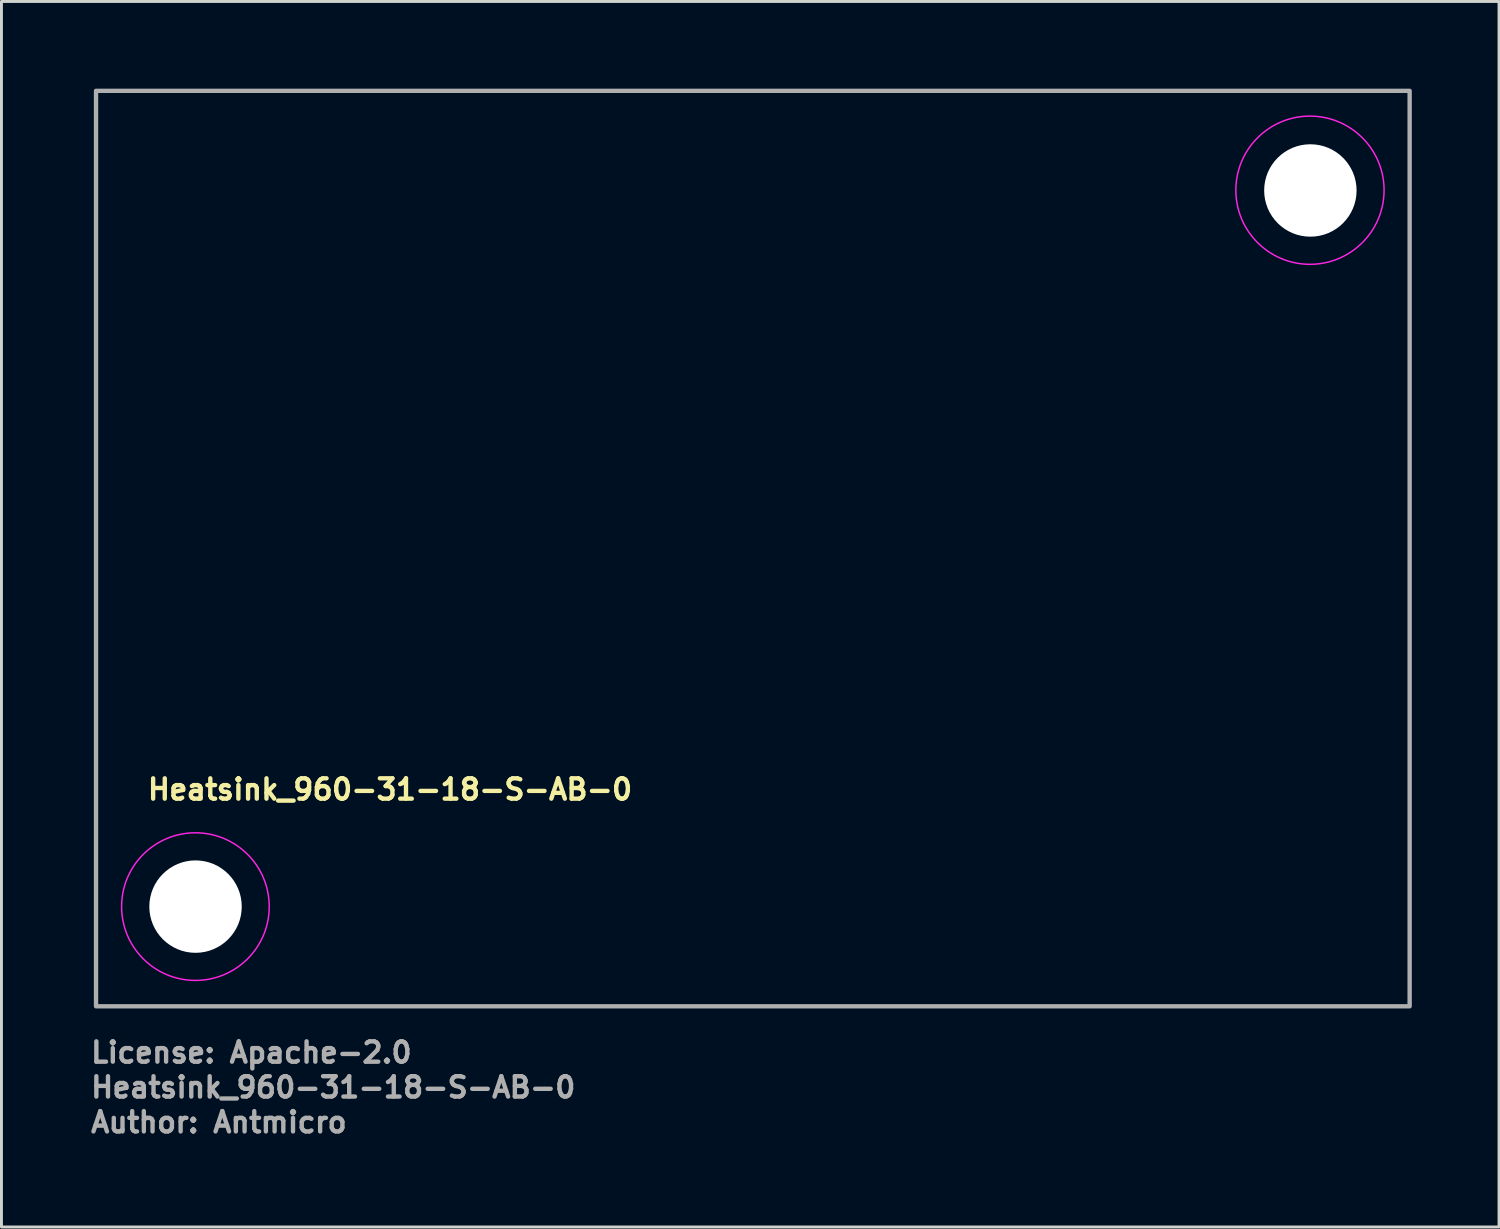
<source format=kicad_pcb>
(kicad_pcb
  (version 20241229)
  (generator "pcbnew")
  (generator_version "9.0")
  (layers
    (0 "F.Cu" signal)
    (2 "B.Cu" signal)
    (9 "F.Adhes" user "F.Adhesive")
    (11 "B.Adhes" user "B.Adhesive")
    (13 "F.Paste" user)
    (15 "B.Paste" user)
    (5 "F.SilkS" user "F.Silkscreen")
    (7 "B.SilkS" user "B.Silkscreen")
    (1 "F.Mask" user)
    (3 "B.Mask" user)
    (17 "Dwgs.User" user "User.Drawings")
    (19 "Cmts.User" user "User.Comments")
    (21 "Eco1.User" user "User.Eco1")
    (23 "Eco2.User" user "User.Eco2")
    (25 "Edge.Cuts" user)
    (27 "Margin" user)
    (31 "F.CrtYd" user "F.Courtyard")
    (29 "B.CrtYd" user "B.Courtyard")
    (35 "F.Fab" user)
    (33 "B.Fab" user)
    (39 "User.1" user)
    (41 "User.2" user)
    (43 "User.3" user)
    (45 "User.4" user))
  (footprint "Heatsink_960-31-18-S-AB-0"
    (layer "F.Cu")
    (at 22.854 15.825)
    (property "Reference" "Heatsink_960-31-18-S-AB-0" (at -20.9 8.699 0) (unlocked yes) (layer "F.SilkS") (effects (font (size 0.7 0.7) (thickness 0.15)) (justify left bottom)))
    (attr exclude_from_bom)
    (fp_circle (center -19.18 12.32) (end -16.64 12.32) (stroke (width 0.05) (type solid)) (fill no) (layer "F.CrtYd"))
    (fp_circle (center 19.17 -12.33) (end 21.72 -12.33) (stroke (width 0.05) (type solid)) (fill no) (layer "F.CrtYd"))
    (fp_rect (start -22.6 -15.75) (end 22.6 15.75) (stroke (width 0.15) (type solid)) (fill no) (layer "F.Fab"))
    (fp_rect (start -22.6 -15.75) (end 22.6 15.75) (stroke (width 0.1) (type solid)) (fill no) (layer "User.5"))
    (fp_line (start -22.604 12.32) (end -22.601 12.15) (stroke (width 0.02) (type solid)) (layer "User.9"))
    (fp_line (start -22.601 12.15) (end -22.589 11.981) (stroke (width 0.02) (type solid)) (layer "User.9"))
    (fp_line (start -22.601 12.49) (end -22.604 12.32) (stroke (width 0.02) (type solid)) (layer "User.9"))
    (fp_line (start -22.589 11.981) (end -22.567 11.813) (stroke (width 0.02) (type solid)) (layer "User.9"))
    (fp_line (start -22.589 12.659) (end -22.601 12.49) (stroke (width 0.02) (type solid)) (layer "User.9"))
    (fp_line (start -22.567 11.813) (end -22.538 11.647) (stroke (width 0.02) (type solid)) (layer "User.9"))
    (fp_line (start -22.567 12.826) (end -22.589 12.659) (stroke (width 0.02) (type solid)) (layer "User.9"))
    (fp_line (start -22.538 11.647) (end -22.502 11.484) (stroke (width 0.02) (type solid)) (layer "User.9"))
    (fp_line (start -22.538 12.993) (end -22.567 12.826) (stroke (width 0.02) (type solid)) (layer "User.9"))
    (fp_line (start -22.502 11.484) (end -22.456 11.323) (stroke (width 0.02) (type solid)) (layer "User.9"))
    (fp_line (start -22.502 13.156) (end -22.538 12.993) (stroke (width 0.02) (type solid)) (layer "User.9"))
    (fp_line (start -22.456 11.323) (end -22.404 11.163) (stroke (width 0.02) (type solid)) (layer "User.9"))
    (fp_line (start -22.456 13.317) (end -22.502 13.156) (stroke (width 0.02) (type solid)) (layer "User.9"))
    (fp_line (start -22.404 11.163) (end -22.343 11.007) (stroke (width 0.02) (type solid)) (layer "User.9"))
    (fp_line (start -22.404 13.477) (end -22.456 13.317) (stroke (width 0.02) (type solid)) (layer "User.9"))
    (fp_line (start -22.343 11.007) (end -22.276 10.855) (stroke (width 0.02) (type solid)) (layer "User.9"))
    (fp_line (start -22.343 13.632) (end -22.404 13.477) (stroke (width 0.02) (type solid)) (layer "User.9"))
    (fp_line (start -22.276 10.855) (end -22.202 10.705) (stroke (width 0.02) (type solid)) (layer "User.9"))
    (fp_line (start -22.276 13.785) (end -22.343 13.632) (stroke (width 0.02) (type solid)) (layer "User.9"))
    (fp_line (start -22.202 10.705) (end -22.118 10.56) (stroke (width 0.02) (type solid)) (layer "User.9"))
    (fp_line (start -22.202 13.935) (end -22.276 13.785) (stroke (width 0.02) (type solid)) (layer "User.9"))
    (fp_line (start -22.118 10.56) (end -22.028 10.417) (stroke (width 0.02) (type solid)) (layer "User.9"))
    (fp_line (start -22.118 14.08) (end -22.202 13.935) (stroke (width 0.02) (type solid)) (layer "User.9"))
    (fp_line (start -22.028 10.417) (end -21.932 10.279) (stroke (width 0.02) (type solid)) (layer "User.9"))
    (fp_line (start -22.028 14.223) (end -22.118 14.08) (stroke (width 0.02) (type solid)) (layer "User.9"))
    (fp_line (start -21.932 10.279) (end -21.828 10.147) (stroke (width 0.02) (type solid)) (layer "User.9"))
    (fp_line (start -21.932 14.361) (end -22.028 14.223) (stroke (width 0.02) (type solid)) (layer "User.9"))
    (fp_line (start -21.875 10.775) (end -19.176 9.271) (stroke (width 0.02) (type solid)) (layer "User.9"))
    (fp_line (start -21.875 13.865) (end -21.875 10.775) (stroke (width 0.02) (type solid)) (layer "User.9"))
    (fp_line (start -21.828 10.147) (end -21.717 10.018) (stroke (width 0.02) (type solid)) (layer "User.9"))
    (fp_line (start -21.828 14.493) (end -21.932 14.361) (stroke (width 0.02) (type solid)) (layer "User.9"))
    (fp_line (start -21.717 10.018) (end -21.601 9.896) (stroke (width 0.02) (type solid)) (layer "User.9"))
    (fp_line (start -21.717 14.621) (end -21.828 14.493) (stroke (width 0.02) (type solid)) (layer "User.9"))
    (fp_line (start -21.601 9.896) (end -21.601 9.896) (stroke (width 0.02) (type solid)) (layer "User.9"))
    (fp_line (start -21.601 9.896) (end -21.477 9.778) (stroke (width 0.02) (type solid)) (layer "User.9"))
    (fp_line (start -21.601 14.744) (end -21.717 14.621) (stroke (width 0.02) (type solid)) (layer "User.9"))
    (fp_line (start -21.601 14.744) (end -21.601 14.744) (stroke (width 0.02) (type solid)) (layer "User.9"))
    (fp_line (start -21.477 9.778) (end -21.349 9.667) (stroke (width 0.02) (type solid)) (layer "User.9"))
    (fp_line (start -21.477 14.861) (end -21.601 14.744) (stroke (width 0.02) (type solid)) (layer "User.9"))
    (fp_line (start -21.349 9.667) (end -21.217 9.563) (stroke (width 0.02) (type solid)) (layer "User.9"))
    (fp_line (start -21.349 14.973) (end -21.477 14.861) (stroke (width 0.02) (type solid)) (layer "User.9"))
    (fp_line (start -21.217 9.563) (end -21.078 9.467) (stroke (width 0.02) (type solid)) (layer "User.9"))
    (fp_line (start -21.217 15.076) (end -21.349 14.973) (stroke (width 0.02) (type solid)) (layer "User.9"))
    (fp_line (start -21.078 9.467) (end -20.936 9.377) (stroke (width 0.02) (type solid)) (layer "User.9"))
    (fp_line (start -21.078 15.172) (end -21.217 15.076) (stroke (width 0.02) (type solid)) (layer "User.9"))
    (fp_line (start -20.936 9.377) (end -20.79 9.294) (stroke (width 0.02) (type solid)) (layer "User.9"))
    (fp_line (start -20.936 15.262) (end -21.078 15.172) (stroke (width 0.02) (type solid)) (layer "User.9"))
    (fp_line (start -20.79 9.294) (end -20.641 9.22) (stroke (width 0.02) (type solid)) (layer "User.9"))
    (fp_line (start -20.79 15.345) (end -20.936 15.262) (stroke (width 0.02) (type solid)) (layer "User.9"))
    (fp_line (start -20.641 9.22) (end -20.488 9.153) (stroke (width 0.02) (type solid)) (layer "User.9"))
    (fp_line (start -20.641 15.42) (end -20.79 15.345) (stroke (width 0.02) (type solid)) (layer "User.9"))
    (fp_line (start -20.488 9.153) (end -20.333 9.092) (stroke (width 0.02) (type solid)) (layer "User.9"))
    (fp_line (start -20.488 15.487) (end -20.641 15.42) (stroke (width 0.02) (type solid)) (layer "User.9"))
    (fp_line (start -20.333 9.092) (end -20.173 9.039) (stroke (width 0.02) (type solid)) (layer "User.9"))
    (fp_line (start -20.333 15.548) (end -20.488 15.487) (stroke (width 0.02) (type solid)) (layer "User.9"))
    (fp_line (start -20.173 9.039) (end -20.011 8.994) (stroke (width 0.02) (type solid)) (layer "User.9"))
    (fp_line (start -20.173 15.601) (end -20.333 15.548) (stroke (width 0.02) (type solid)) (layer "User.9"))
    (fp_line (start -20.011 8.994) (end -19.848 8.957) (stroke (width 0.02) (type solid)) (layer "User.9"))
    (fp_line (start -20.011 15.646) (end -20.173 15.601) (stroke (width 0.02) (type solid)) (layer "User.9"))
    (fp_line (start -19.848 8.957) (end -19.682 8.929) (stroke (width 0.02) (type solid)) (layer "User.9"))
    (fp_line (start -19.848 15.682) (end -20.011 15.646) (stroke (width 0.02) (type solid)) (layer "User.9"))
    (fp_line (start -19.682 8.929) (end -19.514 8.907) (stroke (width 0.02) (type solid)) (layer "User.9"))
    (fp_line (start -19.682 15.711) (end -19.848 15.682) (stroke (width 0.02) (type solid)) (layer "User.9"))
    (fp_line (start -19.514 8.907) (end -19.346 8.896) (stroke (width 0.02) (type solid)) (layer "User.9"))
    (fp_line (start -19.514 15.733) (end -19.682 15.711) (stroke (width 0.02) (type solid)) (layer "User.9"))
    (fp_line (start -19.346 8.896) (end -19.176 8.89) (stroke (width 0.02) (type solid)) (layer "User.9"))
    (fp_line (start -19.346 15.744) (end -19.514 15.733) (stroke (width 0.02) (type solid)) (layer "User.9"))
    (fp_line (start -19.176 8.89) (end -18 8.89) (stroke (width 0.02) (type solid)) (layer "User.9"))
    (fp_line (start -19.176 9.271) (end -16.476 10.775) (stroke (width 0.02) (type solid)) (layer "User.9"))
    (fp_line (start -19.176 15.371) (end -21.875 13.865) (stroke (width 0.02) (type solid)) (layer "User.9"))
    (fp_line (start -19.176 15.749) (end -19.346 15.744) (stroke (width 0.02) (type solid)) (layer "User.9"))
    (fp_line (start -18 8.89) (end -17.901 8.888) (stroke (width 0.02) (type solid)) (layer "User.9"))
    (fp_line (start -17.901 8.888) (end -17.804 8.881) (stroke (width 0.02) (type solid)) (layer "User.9"))
    (fp_line (start -17.804 8.881) (end -17.705 8.869) (stroke (width 0.02) (type solid)) (layer "User.9"))
    (fp_line (start -17.705 8.869) (end -17.609 8.852) (stroke (width 0.02) (type solid)) (layer "User.9"))
    (fp_line (start -17.609 8.852) (end -17.514 8.83) (stroke (width 0.02) (type solid)) (layer "User.9"))
    (fp_line (start -17.514 8.83) (end -17.42 8.804) (stroke (width 0.02) (type solid)) (layer "User.9"))
    (fp_line (start -17.42 8.804) (end -17.327 8.773) (stroke (width 0.02) (type solid)) (layer "User.9"))
    (fp_line (start -17.327 8.773) (end -17.235 8.739) (stroke (width 0.02) (type solid)) (layer "User.9"))
    (fp_line (start -17.235 8.739) (end -17.147 8.699) (stroke (width 0.02) (type solid)) (layer "User.9"))
    (fp_line (start -17.147 8.699) (end -17.06 8.656) (stroke (width 0.02) (type solid)) (layer "User.9"))
    (fp_line (start -17.06 8.656) (end -16.974 8.608) (stroke (width 0.02) (type solid)) (layer "User.9"))
    (fp_line (start -16.974 8.608) (end -16.891 8.554) (stroke (width 0.02) (type solid)) (layer "User.9"))
    (fp_line (start -16.891 8.554) (end -16.811 8.499) (stroke (width 0.02) (type solid)) (layer "User.9"))
    (fp_line (start -16.811 8.499) (end -16.734 8.438) (stroke (width 0.02) (type solid)) (layer "User.9"))
    (fp_line (start -16.734 8.438) (end -16.659 8.374) (stroke (width 0.02) (type solid)) (layer "User.9"))
    (fp_line (start -16.659 8.374) (end -16.586 8.305) (stroke (width 0.02) (type solid)) (layer "User.9"))
    (fp_line (start -16.586 8.305) (end -16.586 8.305) (stroke (width 0.02) (type solid)) (layer "User.9"))
    (fp_line (start -16.586 8.305) (end -16.519 8.233) (stroke (width 0.02) (type solid)) (layer "User.9"))
    (fp_line (start -16.519 8.233) (end -16.453 8.159) (stroke (width 0.02) (type solid)) (layer "User.9"))
    (fp_line (start -16.476 10.775) (end -16.476 13.865) (stroke (width 0.02) (type solid)) (layer "User.9"))
    (fp_line (start -16.476 13.865) (end -19.176 15.371) (stroke (width 0.02) (type solid)) (layer "User.9"))
    (fp_line (start -16.453 8.159) (end -16.394 8.08) (stroke (width 0.02) (type solid)) (layer "User.9"))
    (fp_line (start -16.394 8.08) (end -16.337 8) (stroke (width 0.02) (type solid)) (layer "User.9"))
    (fp_line (start -16.337 8) (end -16.284 7.917) (stroke (width 0.02) (type solid)) (layer "User.9"))
    (fp_line (start -16.284 7.917) (end -16.237 7.833) (stroke (width 0.02) (type solid)) (layer "User.9"))
    (fp_line (start -16.237 7.833) (end -16.192 7.746) (stroke (width 0.02) (type solid)) (layer "User.9"))
    (fp_line (start -16.192 7.746) (end -16.153 7.656) (stroke (width 0.02) (type solid)) (layer "User.9"))
    (fp_line (start -16.153 7.656) (end -16.118 7.565) (stroke (width 0.02) (type solid)) (layer "User.9"))
    (fp_line (start -16.118 7.565) (end -16.087 7.472) (stroke (width 0.02) (type solid)) (layer "User.9"))
    (fp_line (start -16.087 7.472) (end -16.061 7.378) (stroke (width 0.02) (type solid)) (layer "User.9"))
    (fp_line (start -16.061 7.378) (end -16.04 7.283) (stroke (width 0.02) (type solid)) (layer "User.9"))
    (fp_line (start -16.04 7.283) (end -16.022 7.187) (stroke (width 0.02) (type solid)) (layer "User.9"))
    (fp_line (start -16.022 7.187) (end -16.011 7.089) (stroke (width 0.02) (type solid)) (layer "User.9"))
    (fp_line (start -16.011 7.089) (end -16.003 6.99) (stroke (width 0.02) (type solid)) (layer "User.9"))
    (fp_line (start -16.003 6.99) (end -16 6.892) (stroke (width 0.02) (type solid)) (layer "User.9"))
    (fp_line (start -16 6.892) (end -16 -15.75) (stroke (width 0.02) (type solid)) (layer "User.9"))
    (fp_line (start -15.5 -13.2) (end -15.5 -15.5) (stroke (width 0.02) (type solid)) (layer "User.9"))
    (fp_line (start -15.5 -13.2) (end -14.25 -13.2) (stroke (width 0.02) (type solid)) (layer "User.9"))
    (fp_line (start -15.5 -9.1) (end -15.5 -11.401) (stroke (width 0.02) (type solid)) (layer "User.9"))
    (fp_line (start -15.5 -9.1) (end -14.25 -9.1) (stroke (width 0.02) (type solid)) (layer "User.9"))
    (fp_line (start -15.5 -5) (end -15.5 -7.3) (stroke (width 0.02) (type solid)) (layer "User.9"))
    (fp_line (start -15.5 -5) (end -14.25 -5) (stroke (width 0.02) (type solid)) (layer "User.9"))
    (fp_line (start -15.5 -0.902) (end -15.5 -3.202) (stroke (width 0.02) (type solid)) (layer "User.9"))
    (fp_line (start -15.5 -0.902) (end -14.25 -0.902) (stroke (width 0.02) (type solid)) (layer "User.9"))
    (fp_line (start -15.5 3.2) (end -15.5 0.9) (stroke (width 0.02) (type solid)) (layer "User.9"))
    (fp_line (start -15.5 3.2) (end -14.25 3.2) (stroke (width 0.02) (type solid)) (layer "User.9"))
    (fp_line (start -15.5 7.299) (end -15.5 4.998) (stroke (width 0.02) (type solid)) (layer "User.9"))
    (fp_line (start -15.5 7.299) (end -14.25 7.299) (stroke (width 0.02) (type solid)) (layer "User.9"))
    (fp_line (start -15.5 11.4) (end -15.5 9.099) (stroke (width 0.02) (type solid)) (layer "User.9"))
    (fp_line (start -15.5 11.4) (end -14.25 11.4) (stroke (width 0.02) (type solid)) (layer "User.9"))
    (fp_line (start -15.5 15.499) (end -15.5 13.198) (stroke (width 0.02) (type solid)) (layer "User.9"))
    (fp_line (start -15.5 15.499) (end -14.25 15.499) (stroke (width 0.02) (type solid)) (layer "User.9"))
    (fp_line (start -14.25 -15.5) (end -15.5 -15.5) (stroke (width 0.02) (type solid)) (layer "User.9"))
    (fp_line (start -14.25 -13.2) (end -14.25 -15.5) (stroke (width 0.02) (type solid)) (layer "User.9"))
    (fp_line (start -14.25 -11.401) (end -15.5 -11.401) (stroke (width 0.02) (type solid)) (layer "User.9"))
    (fp_line (start -14.25 -9.1) (end -14.25 -11.401) (stroke (width 0.02) (type solid)) (layer "User.9"))
    (fp_line (start -14.25 -7.3) (end -15.5 -7.3) (stroke (width 0.02) (type solid)) (layer "User.9"))
    (fp_line (start -14.25 -5) (end -14.25 -7.3) (stroke (width 0.02) (type solid)) (layer "User.9"))
    (fp_line (start -14.25 -3.202) (end -15.5 -3.202) (stroke (width 0.02) (type solid)) (layer "User.9"))
    (fp_line (start -14.25 -0.902) (end -14.25 -3.202) (stroke (width 0.02) (type solid)) (layer "User.9"))
    (fp_line (start -14.25 0.9) (end -15.5 0.9) (stroke (width 0.02) (type solid)) (layer "User.9"))
    (fp_line (start -14.25 3.2) (end -14.25 0.9) (stroke (width 0.02) (type solid)) (layer "User.9"))
    (fp_line (start -14.25 4.998) (end -15.5 4.998) (stroke (width 0.02) (type solid)) (layer "User.9"))
    (fp_line (start -14.25 7.299) (end -14.25 4.998) (stroke (width 0.02) (type solid)) (layer "User.9"))
    (fp_line (start -14.25 9.099) (end -15.5 9.099) (stroke (width 0.02) (type solid)) (layer "User.9"))
    (fp_line (start -14.25 11.4) (end -14.25 9.099) (stroke (width 0.02) (type solid)) (layer "User.9"))
    (fp_line (start -14.25 13.198) (end -15.5 13.198) (stroke (width 0.02) (type solid)) (layer "User.9"))
    (fp_line (start -14.25 15.499) (end -14.25 13.198) (stroke (width 0.02) (type solid)) (layer "User.9"))
    (fp_line (start -12.196 -13.2) (end -12.196 -15.5) (stroke (width 0.02) (type solid)) (layer "User.9"))
    (fp_line (start -12.196 -13.2) (end -10.946 -13.2) (stroke (width 0.02) (type solid)) (layer "User.9"))
    (fp_line (start -12.196 -9.1) (end -12.196 -11.401) (stroke (width 0.02) (type solid)) (layer "User.9"))
    (fp_line (start -12.196 -9.1) (end -10.946 -9.1) (stroke (width 0.02) (type solid)) (layer "User.9"))
    (fp_line (start -12.196 -5) (end -12.196 -7.3) (stroke (width 0.02) (type solid)) (layer "User.9"))
    (fp_line (start -12.196 -5) (end -10.946 -5) (stroke (width 0.02) (type solid)) (layer "User.9"))
    (fp_line (start -12.196 -0.902) (end -12.196 -3.202) (stroke (width 0.02) (type solid)) (layer "User.9"))
    (fp_line (start -12.196 -0.902) (end -10.946 -0.902) (stroke (width 0.02) (type solid)) (layer "User.9"))
    (fp_line (start -12.196 3.2) (end -12.196 0.9) (stroke (width 0.02) (type solid)) (layer "User.9"))
    (fp_line (start -12.196 3.2) (end -10.946 3.2) (stroke (width 0.02) (type solid)) (layer "User.9"))
    (fp_line (start -12.196 7.299) (end -12.196 4.998) (stroke (width 0.02) (type solid)) (layer "User.9"))
    (fp_line (start -12.196 7.299) (end -10.946 7.299) (stroke (width 0.02) (type solid)) (layer "User.9"))
    (fp_line (start -12.196 11.4) (end -12.196 9.099) (stroke (width 0.02) (type solid)) (layer "User.9"))
    (fp_line (start -12.196 11.4) (end -10.946 11.4) (stroke (width 0.02) (type solid)) (layer "User.9"))
    (fp_line (start -12.196 15.499) (end -12.196 13.198) (stroke (width 0.02) (type solid)) (layer "User.9"))
    (fp_line (start -12.196 15.499) (end -10.946 15.499) (stroke (width 0.02) (type solid)) (layer "User.9"))
    (fp_line (start -10.946 -15.5) (end -12.196 -15.5) (stroke (width 0.02) (type solid)) (layer "User.9"))
    (fp_line (start -10.946 -13.2) (end -10.946 -15.5) (stroke (width 0.02) (type solid)) (layer "User.9"))
    (fp_line (start -10.946 -11.401) (end -12.196 -11.401) (stroke (width 0.02) (type solid)) (layer "User.9"))
    (fp_line (start -10.946 -9.1) (end -10.946 -11.401) (stroke (width 0.02) (type solid)) (layer "User.9"))
    (fp_line (start -10.946 -7.3) (end -12.196 -7.3) (stroke (width 0.02) (type solid)) (layer "User.9"))
    (fp_line (start -10.946 -5) (end -10.946 -7.3) (stroke (width 0.02) (type solid)) (layer "User.9"))
    (fp_line (start -10.946 -3.202) (end -12.196 -3.202) (stroke (width 0.02) (type solid)) (layer "User.9"))
    (fp_line (start -10.946 -0.902) (end -10.946 -3.202) (stroke (width 0.02) (type solid)) (layer "User.9"))
    (fp_line (start -10.946 0.9) (end -12.196 0.9) (stroke (width 0.02) (type solid)) (layer "User.9"))
    (fp_line (start -10.946 3.2) (end -10.946 0.9) (stroke (width 0.02) (type solid)) (layer "User.9"))
    (fp_line (start -10.946 4.998) (end -12.196 4.998) (stroke (width 0.02) (type solid)) (layer "User.9"))
    (fp_line (start -10.946 7.299) (end -10.946 4.998) (stroke (width 0.02) (type solid)) (layer "User.9"))
    (fp_line (start -10.946 9.099) (end -12.196 9.099) (stroke (width 0.02) (type solid)) (layer "User.9"))
    (fp_line (start -10.946 11.4) (end -10.946 9.099) (stroke (width 0.02) (type solid)) (layer "User.9"))
    (fp_line (start -10.946 13.198) (end -12.196 13.198) (stroke (width 0.02) (type solid)) (layer "User.9"))
    (fp_line (start -10.946 15.499) (end -10.946 13.198) (stroke (width 0.02) (type solid)) (layer "User.9"))
    (fp_line (start -8.889 -13.2) (end -8.889 -15.5) (stroke (width 0.02) (type solid)) (layer "User.9"))
    (fp_line (start -8.889 -13.2) (end -7.64 -13.2) (stroke (width 0.02) (type solid)) (layer "User.9"))
    (fp_line (start -8.889 -9.1) (end -8.889 -11.401) (stroke (width 0.02) (type solid)) (layer "User.9"))
    (fp_line (start -8.889 -9.1) (end -7.64 -9.1) (stroke (width 0.02) (type solid)) (layer "User.9"))
    (fp_line (start -8.889 -5) (end -8.889 -7.3) (stroke (width 0.02) (type solid)) (layer "User.9"))
    (fp_line (start -8.889 -5) (end -7.64 -5) (stroke (width 0.02) (type solid)) (layer "User.9"))
    (fp_line (start -8.889 -0.902) (end -8.889 -3.202) (stroke (width 0.02) (type solid)) (layer "User.9"))
    (fp_line (start -8.889 -0.902) (end -7.64 -0.902) (stroke (width 0.02) (type solid)) (layer "User.9"))
    (fp_line (start -8.889 3.2) (end -8.889 0.9) (stroke (width 0.02) (type solid)) (layer "User.9"))
    (fp_line (start -8.889 3.2) (end -7.64 3.2) (stroke (width 0.02) (type solid)) (layer "User.9"))
    (fp_line (start -8.889 7.299) (end -8.889 4.998) (stroke (width 0.02) (type solid)) (layer "User.9"))
    (fp_line (start -8.889 7.299) (end -7.64 7.299) (stroke (width 0.02) (type solid)) (layer "User.9"))
    (fp_line (start -8.889 11.4) (end -8.889 9.099) (stroke (width 0.02) (type solid)) (layer "User.9"))
    (fp_line (start -8.889 11.4) (end -7.64 11.4) (stroke (width 0.02) (type solid)) (layer "User.9"))
    (fp_line (start -8.889 15.499) (end -8.889 13.198) (stroke (width 0.02) (type solid)) (layer "User.9"))
    (fp_line (start -8.889 15.499) (end -7.64 15.499) (stroke (width 0.02) (type solid)) (layer "User.9"))
    (fp_line (start -7.64 -15.5) (end -8.889 -15.5) (stroke (width 0.02) (type solid)) (layer "User.9"))
    (fp_line (start -7.64 -13.2) (end -7.64 -15.5) (stroke (width 0.02) (type solid)) (layer "User.9"))
    (fp_line (start -7.64 -11.401) (end -8.889 -11.401) (stroke (width 0.02) (type solid)) (layer "User.9"))
    (fp_line (start -7.64 -9.1) (end -7.64 -11.401) (stroke (width 0.02) (type solid)) (layer "User.9"))
    (fp_line (start -7.64 -7.3) (end -8.889 -7.3) (stroke (width 0.02) (type solid)) (layer "User.9"))
    (fp_line (start -7.64 -5) (end -7.64 -7.3) (stroke (width 0.02) (type solid)) (layer "User.9"))
    (fp_line (start -7.64 -3.202) (end -8.889 -3.202) (stroke (width 0.02) (type solid)) (layer "User.9"))
    (fp_line (start -7.64 -0.902) (end -7.64 -3.202) (stroke (width 0.02) (type solid)) (layer "User.9"))
    (fp_line (start -7.64 0.9) (end -8.889 0.9) (stroke (width 0.02) (type solid)) (layer "User.9"))
    (fp_line (start -7.64 3.2) (end -7.64 0.9) (stroke (width 0.02) (type solid)) (layer "User.9"))
    (fp_line (start -7.64 4.998) (end -8.889 4.998) (stroke (width 0.02) (type solid)) (layer "User.9"))
    (fp_line (start -7.64 7.299) (end -7.64 4.998) (stroke (width 0.02) (type solid)) (layer "User.9"))
    (fp_line (start -7.64 9.099) (end -8.889 9.099) (stroke (width 0.02) (type solid)) (layer "User.9"))
    (fp_line (start -7.64 11.4) (end -7.64 9.099) (stroke (width 0.02) (type solid)) (layer "User.9"))
    (fp_line (start -7.64 13.198) (end -8.889 13.198) (stroke (width 0.02) (type solid)) (layer "User.9"))
    (fp_line (start -7.64 15.499) (end -7.64 13.198) (stroke (width 0.02) (type solid)) (layer "User.9"))
    (fp_line (start -5.584 -13.2) (end -5.584 -15.5) (stroke (width 0.02) (type solid)) (layer "User.9"))
    (fp_line (start -5.584 -13.2) (end -4.334 -13.2) (stroke (width 0.02) (type solid)) (layer "User.9"))
    (fp_line (start -5.584 -9.1) (end -5.584 -11.401) (stroke (width 0.02) (type solid)) (layer "User.9"))
    (fp_line (start -5.584 -9.1) (end -4.334 -9.1) (stroke (width 0.02) (type solid)) (layer "User.9"))
    (fp_line (start -5.584 -5) (end -5.584 -7.3) (stroke (width 0.02) (type solid)) (layer "User.9"))
    (fp_line (start -5.584 -5) (end -4.334 -5) (stroke (width 0.02) (type solid)) (layer "User.9"))
    (fp_line (start -5.584 -0.902) (end -5.584 -3.202) (stroke (width 0.02) (type solid)) (layer "User.9"))
    (fp_line (start -5.584 -0.902) (end -4.334 -0.902) (stroke (width 0.02) (type solid)) (layer "User.9"))
    (fp_line (start -5.584 3.2) (end -5.584 0.9) (stroke (width 0.02) (type solid)) (layer "User.9"))
    (fp_line (start -5.584 3.2) (end -4.334 3.2) (stroke (width 0.02) (type solid)) (layer "User.9"))
    (fp_line (start -5.584 7.299) (end -5.584 4.998) (stroke (width 0.02) (type solid)) (layer "User.9"))
    (fp_line (start -5.584 7.299) (end -4.334 7.299) (stroke (width 0.02) (type solid)) (layer "User.9"))
    (fp_line (start -5.584 11.4) (end -5.584 9.099) (stroke (width 0.02) (type solid)) (layer "User.9"))
    (fp_line (start -5.584 11.4) (end -4.334 11.4) (stroke (width 0.02) (type solid)) (layer "User.9"))
    (fp_line (start -5.584 15.499) (end -5.584 13.198) (stroke (width 0.02) (type solid)) (layer "User.9"))
    (fp_line (start -5.584 15.499) (end -4.334 15.499) (stroke (width 0.02) (type solid)) (layer "User.9"))
    (fp_line (start -4.334 -15.5) (end -5.584 -15.5) (stroke (width 0.02) (type solid)) (layer "User.9"))
    (fp_line (start -4.334 -13.2) (end -4.334 -15.5) (stroke (width 0.02) (type solid)) (layer "User.9"))
    (fp_line (start -4.334 -11.401) (end -5.584 -11.401) (stroke (width 0.02) (type solid)) (layer "User.9"))
    (fp_line (start -4.334 -9.1) (end -4.334 -11.401) (stroke (width 0.02) (type solid)) (layer "User.9"))
    (fp_line (start -4.334 -7.3) (end -5.584 -7.3) (stroke (width 0.02) (type solid)) (layer "User.9"))
    (fp_line (start -4.334 -5) (end -4.334 -7.3) (stroke (width 0.02) (type solid)) (layer "User.9"))
    (fp_line (start -4.334 -3.202) (end -5.584 -3.202) (stroke (width 0.02) (type solid)) (layer "User.9"))
    (fp_line (start -4.334 -0.902) (end -4.334 -3.202) (stroke (width 0.02) (type solid)) (layer "User.9"))
    (fp_line (start -4.334 0.9) (end -5.584 0.9) (stroke (width 0.02) (type solid)) (layer "User.9"))
    (fp_line (start -4.334 3.2) (end -4.334 0.9) (stroke (width 0.02) (type solid)) (layer "User.9"))
    (fp_line (start -4.334 4.998) (end -5.584 4.998) (stroke (width 0.02) (type solid)) (layer "User.9"))
    (fp_line (start -4.334 7.299) (end -4.334 4.998) (stroke (width 0.02) (type solid)) (layer "User.9"))
    (fp_line (start -4.334 9.099) (end -5.584 9.099) (stroke (width 0.02) (type solid)) (layer "User.9"))
    (fp_line (start -4.334 11.4) (end -4.334 9.099) (stroke (width 0.02) (type solid)) (layer "User.9"))
    (fp_line (start -4.334 13.198) (end -5.584 13.198) (stroke (width 0.02) (type solid)) (layer "User.9"))
    (fp_line (start -4.334 15.499) (end -4.334 13.198) (stroke (width 0.02) (type solid)) (layer "User.9"))
    (fp_line (start -2.278 -13.2) (end -2.278 -15.5) (stroke (width 0.02) (type solid)) (layer "User.9"))
    (fp_line (start -2.278 -13.2) (end -1.028 -13.2) (stroke (width 0.02) (type solid)) (layer "User.9"))
    (fp_line (start -2.278 -9.1) (end -2.278 -11.401) (stroke (width 0.02) (type solid)) (layer "User.9"))
    (fp_line (start -2.278 -9.1) (end -1.028 -9.1) (stroke (width 0.02) (type solid)) (layer "User.9"))
    (fp_line (start -2.278 -5) (end -2.278 -7.3) (stroke (width 0.02) (type solid)) (layer "User.9"))
    (fp_line (start -2.278 -5) (end -1.028 -5) (stroke (width 0.02) (type solid)) (layer "User.9"))
    (fp_line (start -2.278 -0.902) (end -2.278 -3.202) (stroke (width 0.02) (type solid)) (layer "User.9"))
    (fp_line (start -2.278 -0.902) (end -1.028 -0.902) (stroke (width 0.02) (type solid)) (layer "User.9"))
    (fp_line (start -2.278 3.2) (end -2.278 0.9) (stroke (width 0.02) (type solid)) (layer "User.9"))
    (fp_line (start -2.278 3.2) (end -1.028 3.2) (stroke (width 0.02) (type solid)) (layer "User.9"))
    (fp_line (start -2.278 7.299) (end -2.278 4.998) (stroke (width 0.02) (type solid)) (layer "User.9"))
    (fp_line (start -2.278 7.299) (end -1.028 7.299) (stroke (width 0.02) (type solid)) (layer "User.9"))
    (fp_line (start -2.278 11.4) (end -2.278 9.099) (stroke (width 0.02) (type solid)) (layer "User.9"))
    (fp_line (start -2.278 11.4) (end -1.028 11.4) (stroke (width 0.02) (type solid)) (layer "User.9"))
    (fp_line (start -2.278 15.499) (end -2.278 13.198) (stroke (width 0.02) (type solid)) (layer "User.9"))
    (fp_line (start -2.278 15.499) (end -1.028 15.499) (stroke (width 0.02) (type solid)) (layer "User.9"))
    (fp_line (start -1.028 -15.5) (end -2.278 -15.5) (stroke (width 0.02) (type solid)) (layer "User.9"))
    (fp_line (start -1.028 -13.2) (end -1.028 -15.5) (stroke (width 0.02) (type solid)) (layer "User.9"))
    (fp_line (start -1.028 -11.401) (end -2.278 -11.401) (stroke (width 0.02) (type solid)) (layer "User.9"))
    (fp_line (start -1.028 -9.1) (end -1.028 -11.401) (stroke (width 0.02) (type solid)) (layer "User.9"))
    (fp_line (start -1.028 -7.3) (end -2.278 -7.3) (stroke (width 0.02) (type solid)) (layer "User.9"))
    (fp_line (start -1.028 -5) (end -1.028 -7.3) (stroke (width 0.02) (type solid)) (layer "User.9"))
    (fp_line (start -1.028 -3.202) (end -2.278 -3.202) (stroke (width 0.02) (type solid)) (layer "User.9"))
    (fp_line (start -1.028 -0.902) (end -1.028 -3.202) (stroke (width 0.02) (type solid)) (layer "User.9"))
    (fp_line (start -1.028 0.9) (end -2.278 0.9) (stroke (width 0.02) (type solid)) (layer "User.9"))
    (fp_line (start -1.028 3.2) (end -1.028 0.9) (stroke (width 0.02) (type solid)) (layer "User.9"))
    (fp_line (start -1.028 4.998) (end -2.278 4.998) (stroke (width 0.02) (type solid)) (layer "User.9"))
    (fp_line (start -1.028 7.299) (end -1.028 4.998) (stroke (width 0.02) (type solid)) (layer "User.9"))
    (fp_line (start -1.028 9.099) (end -2.278 9.099) (stroke (width 0.02) (type solid)) (layer "User.9"))
    (fp_line (start -1.028 11.4) (end -1.028 9.099) (stroke (width 0.02) (type solid)) (layer "User.9"))
    (fp_line (start -1.028 13.198) (end -2.278 13.198) (stroke (width 0.02) (type solid)) (layer "User.9"))
    (fp_line (start -1.028 15.499) (end -1.028 13.198) (stroke (width 0.02) (type solid)) (layer "User.9"))
    (fp_line (start 1.027 -13.2) (end 1.027 -15.5) (stroke (width 0.02) (type solid)) (layer "User.9"))
    (fp_line (start 1.027 -13.2) (end 2.277 -13.2) (stroke (width 0.02) (type solid)) (layer "User.9"))
    (fp_line (start 1.027 -9.1) (end 1.027 -11.401) (stroke (width 0.02) (type solid)) (layer "User.9"))
    (fp_line (start 1.027 -9.1) (end 2.277 -9.1) (stroke (width 0.02) (type solid)) (layer "User.9"))
    (fp_line (start 1.027 -5) (end 1.027 -7.3) (stroke (width 0.02) (type solid)) (layer "User.9"))
    (fp_line (start 1.027 -5) (end 2.277 -5) (stroke (width 0.02) (type solid)) (layer "User.9"))
    (fp_line (start 1.027 -0.902) (end 1.027 -3.202) (stroke (width 0.02) (type solid)) (layer "User.9"))
    (fp_line (start 1.027 -0.902) (end 2.277 -0.902) (stroke (width 0.02) (type solid)) (layer "User.9"))
    (fp_line (start 1.027 3.2) (end 1.027 0.9) (stroke (width 0.02) (type solid)) (layer "User.9"))
    (fp_line (start 1.027 3.2) (end 2.277 3.2) (stroke (width 0.02) (type solid)) (layer "User.9"))
    (fp_line (start 1.027 7.299) (end 1.027 4.998) (stroke (width 0.02) (type solid)) (layer "User.9"))
    (fp_line (start 1.027 7.299) (end 2.277 7.299) (stroke (width 0.02) (type solid)) (layer "User.9"))
    (fp_line (start 1.027 11.4) (end 1.027 9.099) (stroke (width 0.02) (type solid)) (layer "User.9"))
    (fp_line (start 1.027 11.4) (end 2.277 11.4) (stroke (width 0.02) (type solid)) (layer "User.9"))
    (fp_line (start 1.027 15.499) (end 1.027 13.198) (stroke (width 0.02) (type solid)) (layer "User.9"))
    (fp_line (start 1.027 15.499) (end 2.277 15.499) (stroke (width 0.02) (type solid)) (layer "User.9"))
    (fp_line (start 2.277 -15.5) (end 1.027 -15.5) (stroke (width 0.02) (type solid)) (layer "User.9"))
    (fp_line (start 2.277 -13.2) (end 2.277 -15.5) (stroke (width 0.02) (type solid)) (layer "User.9"))
    (fp_line (start 2.277 -11.401) (end 1.027 -11.401) (stroke (width 0.02) (type solid)) (layer "User.9"))
    (fp_line (start 2.277 -9.1) (end 2.277 -11.401) (stroke (width 0.02) (type solid)) (layer "User.9"))
    (fp_line (start 2.277 -7.3) (end 1.027 -7.3) (stroke (width 0.02) (type solid)) (layer "User.9"))
    (fp_line (start 2.277 -5) (end 2.277 -7.3) (stroke (width 0.02) (type solid)) (layer "User.9"))
    (fp_line (start 2.277 -3.202) (end 1.027 -3.202) (stroke (width 0.02) (type solid)) (layer "User.9"))
    (fp_line (start 2.277 -0.902) (end 2.277 -3.202) (stroke (width 0.02) (type solid)) (layer "User.9"))
    (fp_line (start 2.277 0.9) (end 1.027 0.9) (stroke (width 0.02) (type solid)) (layer "User.9"))
    (fp_line (start 2.277 3.2) (end 2.277 0.9) (stroke (width 0.02) (type solid)) (layer "User.9"))
    (fp_line (start 2.277 4.998) (end 1.027 4.998) (stroke (width 0.02) (type solid)) (layer "User.9"))
    (fp_line (start 2.277 7.299) (end 2.277 4.998) (stroke (width 0.02) (type solid)) (layer "User.9"))
    (fp_line (start 2.277 9.099) (end 1.027 9.099) (stroke (width 0.02) (type solid)) (layer "User.9"))
    (fp_line (start 2.277 11.4) (end 2.277 9.099) (stroke (width 0.02) (type solid)) (layer "User.9"))
    (fp_line (start 2.277 13.198) (end 1.027 13.198) (stroke (width 0.02) (type solid)) (layer "User.9"))
    (fp_line (start 2.277 15.499) (end 2.277 13.198) (stroke (width 0.02) (type solid)) (layer "User.9"))
    (fp_line (start 4.333 -13.2) (end 4.333 -15.5) (stroke (width 0.02) (type solid)) (layer "User.9"))
    (fp_line (start 4.333 -13.2) (end 5.583 -13.2) (stroke (width 0.02) (type solid)) (layer "User.9"))
    (fp_line (start 4.333 -9.1) (end 4.333 -11.401) (stroke (width 0.02) (type solid)) (layer "User.9"))
    (fp_line (start 4.333 -9.1) (end 5.583 -9.1) (stroke (width 0.02) (type solid)) (layer "User.9"))
    (fp_line (start 4.333 -5) (end 4.333 -7.3) (stroke (width 0.02) (type solid)) (layer "User.9"))
    (fp_line (start 4.333 -5) (end 5.583 -5) (stroke (width 0.02) (type solid)) (layer "User.9"))
    (fp_line (start 4.333 -0.902) (end 4.333 -3.202) (stroke (width 0.02) (type solid)) (layer "User.9"))
    (fp_line (start 4.333 -0.902) (end 5.583 -0.902) (stroke (width 0.02) (type solid)) (layer "User.9"))
    (fp_line (start 4.333 3.2) (end 4.333 0.9) (stroke (width 0.02) (type solid)) (layer "User.9"))
    (fp_line (start 4.333 3.2) (end 5.583 3.2) (stroke (width 0.02) (type solid)) (layer "User.9"))
    (fp_line (start 4.333 7.299) (end 4.333 4.998) (stroke (width 0.02) (type solid)) (layer "User.9"))
    (fp_line (start 4.333 7.299) (end 5.583 7.299) (stroke (width 0.02) (type solid)) (layer "User.9"))
    (fp_line (start 4.333 11.4) (end 4.333 9.099) (stroke (width 0.02) (type solid)) (layer "User.9"))
    (fp_line (start 4.333 11.4) (end 5.583 11.4) (stroke (width 0.02) (type solid)) (layer "User.9"))
    (fp_line (start 4.333 15.499) (end 4.333 13.198) (stroke (width 0.02) (type solid)) (layer "User.9"))
    (fp_line (start 4.333 15.499) (end 5.583 15.499) (stroke (width 0.02) (type solid)) (layer "User.9"))
    (fp_line (start 5.583 -15.5) (end 4.333 -15.5) (stroke (width 0.02) (type solid)) (layer "User.9"))
    (fp_line (start 5.583 -13.2) (end 5.583 -15.5) (stroke (width 0.02) (type solid)) (layer "User.9"))
    (fp_line (start 5.583 -11.401) (end 4.333 -11.401) (stroke (width 0.02) (type solid)) (layer "User.9"))
    (fp_line (start 5.583 -9.1) (end 5.583 -11.401) (stroke (width 0.02) (type solid)) (layer "User.9"))
    (fp_line (start 5.583 -7.3) (end 4.333 -7.3) (stroke (width 0.02) (type solid)) (layer "User.9"))
    (fp_line (start 5.583 -5) (end 5.583 -7.3) (stroke (width 0.02) (type solid)) (layer "User.9"))
    (fp_line (start 5.583 -3.202) (end 4.333 -3.202) (stroke (width 0.02) (type solid)) (layer "User.9"))
    (fp_line (start 5.583 -0.902) (end 5.583 -3.202) (stroke (width 0.02) (type solid)) (layer "User.9"))
    (fp_line (start 5.583 0.9) (end 4.333 0.9) (stroke (width 0.02) (type solid)) (layer "User.9"))
    (fp_line (start 5.583 3.2) (end 5.583 0.9) (stroke (width 0.02) (type solid)) (layer "User.9"))
    (fp_line (start 5.583 4.998) (end 4.333 4.998) (stroke (width 0.02) (type solid)) (layer "User.9"))
    (fp_line (start 5.583 7.299) (end 5.583 4.998) (stroke (width 0.02) (type solid)) (layer "User.9"))
    (fp_line (start 5.583 9.099) (end 4.333 9.099) (stroke (width 0.02) (type solid)) (layer "User.9"))
    (fp_line (start 5.583 11.4) (end 5.583 9.099) (stroke (width 0.02) (type solid)) (layer "User.9"))
    (fp_line (start 5.583 13.198) (end 4.333 13.198) (stroke (width 0.02) (type solid)) (layer "User.9"))
    (fp_line (start 5.583 15.499) (end 5.583 13.198) (stroke (width 0.02) (type solid)) (layer "User.9"))
    (fp_line (start 7.637 -13.2) (end 7.637 -15.5) (stroke (width 0.02) (type solid)) (layer "User.9"))
    (fp_line (start 7.637 -13.2) (end 8.887 -13.2) (stroke (width 0.02) (type solid)) (layer "User.9"))
    (fp_line (start 7.637 -9.1) (end 7.637 -11.401) (stroke (width 0.02) (type solid)) (layer "User.9"))
    (fp_line (start 7.637 -9.1) (end 8.887 -9.1) (stroke (width 0.02) (type solid)) (layer "User.9"))
    (fp_line (start 7.637 -5) (end 7.637 -7.3) (stroke (width 0.02) (type solid)) (layer "User.9"))
    (fp_line (start 7.637 -5) (end 8.887 -5) (stroke (width 0.02) (type solid)) (layer "User.9"))
    (fp_line (start 7.637 -0.902) (end 7.637 -3.202) (stroke (width 0.02) (type solid)) (layer "User.9"))
    (fp_line (start 7.637 -0.902) (end 8.887 -0.902) (stroke (width 0.02) (type solid)) (layer "User.9"))
    (fp_line (start 7.637 3.2) (end 7.637 0.9) (stroke (width 0.02) (type solid)) (layer "User.9"))
    (fp_line (start 7.637 3.2) (end 8.887 3.2) (stroke (width 0.02) (type solid)) (layer "User.9"))
    (fp_line (start 7.637 7.299) (end 7.637 4.998) (stroke (width 0.02) (type solid)) (layer "User.9"))
    (fp_line (start 7.637 7.299) (end 8.887 7.299) (stroke (width 0.02) (type solid)) (layer "User.9"))
    (fp_line (start 7.637 11.4) (end 7.637 9.099) (stroke (width 0.02) (type solid)) (layer "User.9"))
    (fp_line (start 7.637 11.4) (end 8.887 11.4) (stroke (width 0.02) (type solid)) (layer "User.9"))
    (fp_line (start 7.637 15.499) (end 7.637 13.198) (stroke (width 0.02) (type solid)) (layer "User.9"))
    (fp_line (start 7.637 15.499) (end 8.887 15.499) (stroke (width 0.02) (type solid)) (layer "User.9"))
    (fp_line (start 8.887 -15.5) (end 7.637 -15.5) (stroke (width 0.02) (type solid)) (layer "User.9"))
    (fp_line (start 8.887 -13.2) (end 8.887 -15.5) (stroke (width 0.02) (type solid)) (layer "User.9"))
    (fp_line (start 8.887 -11.401) (end 7.637 -11.401) (stroke (width 0.02) (type solid)) (layer "User.9"))
    (fp_line (start 8.887 -9.1) (end 8.887 -11.401) (stroke (width 0.02) (type solid)) (layer "User.9"))
    (fp_line (start 8.887 -7.3) (end 7.637 -7.3) (stroke (width 0.02) (type solid)) (layer "User.9"))
    (fp_line (start 8.887 -5) (end 8.887 -7.3) (stroke (width 0.02) (type solid)) (layer "User.9"))
    (fp_line (start 8.887 -3.202) (end 7.637 -3.202) (stroke (width 0.02) (type solid)) (layer "User.9"))
    (fp_line (start 8.887 -0.902) (end 8.887 -3.202) (stroke (width 0.02) (type solid)) (layer "User.9"))
    (fp_line (start 8.887 0.9) (end 7.637 0.9) (stroke (width 0.02) (type solid)) (layer "User.9"))
    (fp_line (start 8.887 3.2) (end 8.887 0.9) (stroke (width 0.02) (type solid)) (layer "User.9"))
    (fp_line (start 8.887 4.998) (end 7.637 4.998) (stroke (width 0.02) (type solid)) (layer "User.9"))
    (fp_line (start 8.887 7.299) (end 8.887 4.998) (stroke (width 0.02) (type solid)) (layer "User.9"))
    (fp_line (start 8.887 9.099) (end 7.637 9.099) (stroke (width 0.02) (type solid)) (layer "User.9"))
    (fp_line (start 8.887 11.4) (end 8.887 9.099) (stroke (width 0.02) (type solid)) (layer "User.9"))
    (fp_line (start 8.887 13.198) (end 7.637 13.198) (stroke (width 0.02) (type solid)) (layer "User.9"))
    (fp_line (start 8.887 15.499) (end 8.887 13.198) (stroke (width 0.02) (type solid)) (layer "User.9"))
    (fp_line (start 10.944 -13.2) (end 10.944 -15.5) (stroke (width 0.02) (type solid)) (layer "User.9"))
    (fp_line (start 10.944 -13.2) (end 12.194 -13.2) (stroke (width 0.02) (type solid)) (layer "User.9"))
    (fp_line (start 10.944 -9.1) (end 10.944 -11.401) (stroke (width 0.02) (type solid)) (layer "User.9"))
    (fp_line (start 10.944 -9.1) (end 12.194 -9.1) (stroke (width 0.02) (type solid)) (layer "User.9"))
    (fp_line (start 10.944 -5) (end 10.944 -7.3) (stroke (width 0.02) (type solid)) (layer "User.9"))
    (fp_line (start 10.944 -5) (end 12.194 -5) (stroke (width 0.02) (type solid)) (layer "User.9"))
    (fp_line (start 10.944 -0.902) (end 10.944 -3.202) (stroke (width 0.02) (type solid)) (layer "User.9"))
    (fp_line (start 10.944 -0.902) (end 12.194 -0.902) (stroke (width 0.02) (type solid)) (layer "User.9"))
    (fp_line (start 10.944 3.2) (end 10.944 0.9) (stroke (width 0.02) (type solid)) (layer "User.9"))
    (fp_line (start 10.944 3.2) (end 12.194 3.2) (stroke (width 0.02) (type solid)) (layer "User.9"))
    (fp_line (start 10.944 7.299) (end 10.944 4.998) (stroke (width 0.02) (type solid)) (layer "User.9"))
    (fp_line (start 10.944 7.299) (end 12.194 7.299) (stroke (width 0.02) (type solid)) (layer "User.9"))
    (fp_line (start 10.944 11.4) (end 10.944 9.099) (stroke (width 0.02) (type solid)) (layer "User.9"))
    (fp_line (start 10.944 11.4) (end 12.194 11.4) (stroke (width 0.02) (type solid)) (layer "User.9"))
    (fp_line (start 10.944 15.499) (end 10.944 13.198) (stroke (width 0.02) (type solid)) (layer "User.9"))
    (fp_line (start 10.944 15.499) (end 12.194 15.499) (stroke (width 0.02) (type solid)) (layer "User.9"))
    (fp_line (start 12.194 -15.5) (end 10.944 -15.5) (stroke (width 0.02) (type solid)) (layer "User.9"))
    (fp_line (start 12.194 -13.2) (end 12.194 -15.5) (stroke (width 0.02) (type solid)) (layer "User.9"))
    (fp_line (start 12.194 -11.401) (end 10.944 -11.401) (stroke (width 0.02) (type solid)) (layer "User.9"))
    (fp_line (start 12.194 -9.1) (end 12.194 -11.401) (stroke (width 0.02) (type solid)) (layer "User.9"))
    (fp_line (start 12.194 -7.3) (end 10.944 -7.3) (stroke (width 0.02) (type solid)) (layer "User.9"))
    (fp_line (start 12.194 -5) (end 12.194 -7.3) (stroke (width 0.02) (type solid)) (layer "User.9"))
    (fp_line (start 12.194 -3.202) (end 10.944 -3.202) (stroke (width 0.02) (type solid)) (layer "User.9"))
    (fp_line (start 12.194 -0.902) (end 12.194 -3.202) (stroke (width 0.02) (type solid)) (layer "User.9"))
    (fp_line (start 12.194 0.9) (end 10.944 0.9) (stroke (width 0.02) (type solid)) (layer "User.9"))
    (fp_line (start 12.194 3.2) (end 12.194 0.9) (stroke (width 0.02) (type solid)) (layer "User.9"))
    (fp_line (start 12.194 4.998) (end 10.944 4.998) (stroke (width 0.02) (type solid)) (layer "User.9"))
    (fp_line (start 12.194 7.299) (end 12.194 4.998) (stroke (width 0.02) (type solid)) (layer "User.9"))
    (fp_line (start 12.194 9.099) (end 10.944 9.099) (stroke (width 0.02) (type solid)) (layer "User.9"))
    (fp_line (start 12.194 11.4) (end 12.194 9.099) (stroke (width 0.02) (type solid)) (layer "User.9"))
    (fp_line (start 12.194 13.198) (end 10.944 13.198) (stroke (width 0.02) (type solid)) (layer "User.9"))
    (fp_line (start 12.194 15.499) (end 12.194 13.198) (stroke (width 0.02) (type solid)) (layer "User.9"))
    (fp_line (start 14.249 -13.2) (end 14.249 -15.5) (stroke (width 0.02) (type solid)) (layer "User.9"))
    (fp_line (start 14.249 -13.2) (end 15.499 -13.2) (stroke (width 0.02) (type solid)) (layer "User.9"))
    (fp_line (start 14.249 -9.1) (end 14.249 -11.401) (stroke (width 0.02) (type solid)) (layer "User.9"))
    (fp_line (start 14.249 -9.1) (end 15.499 -9.1) (stroke (width 0.02) (type solid)) (layer "User.9"))
    (fp_line (start 14.249 -5) (end 14.249 -7.3) (stroke (width 0.02) (type solid)) (layer "User.9"))
    (fp_line (start 14.249 -5) (end 15.499 -5) (stroke (width 0.02) (type solid)) (layer "User.9"))
    (fp_line (start 14.249 -0.902) (end 14.249 -3.202) (stroke (width 0.02) (type solid)) (layer "User.9"))
    (fp_line (start 14.249 -0.902) (end 15.499 -0.902) (stroke (width 0.02) (type solid)) (layer "User.9"))
    (fp_line (start 14.249 3.2) (end 14.249 0.9) (stroke (width 0.02) (type solid)) (layer "User.9"))
    (fp_line (start 14.249 3.2) (end 15.499 3.2) (stroke (width 0.02) (type solid)) (layer "User.9"))
    (fp_line (start 14.249 7.299) (end 14.249 4.998) (stroke (width 0.02) (type solid)) (layer "User.9"))
    (fp_line (start 14.249 7.299) (end 15.499 7.299) (stroke (width 0.02) (type solid)) (layer "User.9"))
    (fp_line (start 14.249 11.4) (end 14.249 9.099) (stroke (width 0.02) (type solid)) (layer "User.9"))
    (fp_line (start 14.249 11.4) (end 15.499 11.4) (stroke (width 0.02) (type solid)) (layer "User.9"))
    (fp_line (start 14.249 15.499) (end 14.249 13.198) (stroke (width 0.02) (type solid)) (layer "User.9"))
    (fp_line (start 14.249 15.499) (end 15.499 15.499) (stroke (width 0.02) (type solid)) (layer "User.9"))
    (fp_line (start 15.499 -15.5) (end 14.249 -15.5) (stroke (width 0.02) (type solid)) (layer "User.9"))
    (fp_line (start 15.499 -13.2) (end 15.499 -15.5) (stroke (width 0.02) (type solid)) (layer "User.9"))
    (fp_line (start 15.499 -11.401) (end 14.249 -11.401) (stroke (width 0.02) (type solid)) (layer "User.9"))
    (fp_line (start 15.499 -9.1) (end 15.499 -11.401) (stroke (width 0.02) (type solid)) (layer "User.9"))
    (fp_line (start 15.499 -7.3) (end 14.249 -7.3) (stroke (width 0.02) (type solid)) (layer "User.9"))
    (fp_line (start 15.499 -5) (end 15.499 -7.3) (stroke (width 0.02) (type solid)) (layer "User.9"))
    (fp_line (start 15.499 -3.202) (end 14.249 -3.202) (stroke (width 0.02) (type solid)) (layer "User.9"))
    (fp_line (start 15.499 -0.902) (end 15.499 -3.202) (stroke (width 0.02) (type solid)) (layer "User.9"))
    (fp_line (start 15.499 0.9) (end 14.249 0.9) (stroke (width 0.02) (type solid)) (layer "User.9"))
    (fp_line (start 15.499 3.2) (end 15.499 0.9) (stroke (width 0.02) (type solid)) (layer "User.9"))
    (fp_line (start 15.499 4.998) (end 14.249 4.998) (stroke (width 0.02) (type solid)) (layer "User.9"))
    (fp_line (start 15.499 7.299) (end 15.499 4.998) (stroke (width 0.02) (type solid)) (layer "User.9"))
    (fp_line (start 15.499 9.099) (end 14.249 9.099) (stroke (width 0.02) (type solid)) (layer "User.9"))
    (fp_line (start 15.499 11.4) (end 15.499 9.099) (stroke (width 0.02) (type solid)) (layer "User.9"))
    (fp_line (start 15.499 13.198) (end 14.249 13.198) (stroke (width 0.02) (type solid)) (layer "User.9"))
    (fp_line (start 15.499 15.499) (end 15.499 13.198) (stroke (width 0.02) (type solid)) (layer "User.9"))
    (fp_line (start 15.999 -6.893) (end 15.999 15.749) (stroke (width 0.02) (type solid)) (layer "User.9"))
    (fp_line (start 15.999 15.749) (end -19.176 15.749) (stroke (width 0.02) (type solid)) (layer "User.9"))
    (fp_line (start 16.002 -6.992) (end 15.999 -6.893) (stroke (width 0.02) (type solid)) (layer "User.9"))
    (fp_line (start 16.009 -7.09) (end 16.002 -6.992) (stroke (width 0.02) (type solid)) (layer "User.9"))
    (fp_line (start 16.021 -7.188) (end 16.009 -7.09) (stroke (width 0.02) (type solid)) (layer "User.9"))
    (fp_line (start 16.037 -7.285) (end 16.021 -7.188) (stroke (width 0.02) (type solid)) (layer "User.9"))
    (fp_line (start 16.06 -7.38) (end 16.037 -7.285) (stroke (width 0.02) (type solid)) (layer "User.9"))
    (fp_line (start 16.085 -7.475) (end 16.06 -7.38) (stroke (width 0.02) (type solid)) (layer "User.9"))
    (fp_line (start 16.117 -7.568) (end 16.085 -7.475) (stroke (width 0.02) (type solid)) (layer "User.9"))
    (fp_line (start 16.151 -7.659) (end 16.117 -7.568) (stroke (width 0.02) (type solid)) (layer "User.9"))
    (fp_line (start 16.191 -7.747) (end 16.151 -7.659) (stroke (width 0.02) (type solid)) (layer "User.9"))
    (fp_line (start 16.234 -7.834) (end 16.191 -7.747) (stroke (width 0.02) (type solid)) (layer "User.9"))
    (fp_line (start 16.283 -7.919) (end 16.234 -7.834) (stroke (width 0.02) (type solid)) (layer "User.9"))
    (fp_line (start 16.335 -8.003) (end 16.283 -7.919) (stroke (width 0.02) (type solid)) (layer "User.9"))
    (fp_line (start 16.391 -8.083) (end 16.335 -8.003) (stroke (width 0.02) (type solid)) (layer "User.9"))
    (fp_line (start 16.452 -8.16) (end 16.391 -8.083) (stroke (width 0.02) (type solid)) (layer "User.9"))
    (fp_line (start 16.475 -13.868) (end 19.173 -15.372) (stroke (width 0.02) (type solid)) (layer "User.9"))
    (fp_line (start 16.475 -10.776) (end 16.475 -13.868) (stroke (width 0.02) (type solid)) (layer "User.9"))
    (fp_line (start 16.516 -8.235) (end 16.452 -8.16) (stroke (width 0.02) (type solid)) (layer "User.9"))
    (fp_line (start 16.585 -8.308) (end 16.516 -8.235) (stroke (width 0.02) (type solid)) (layer "User.9"))
    (fp_line (start 16.585 -8.308) (end 16.585 -8.308) (stroke (width 0.02) (type solid)) (layer "User.9"))
    (fp_line (start 16.656 -8.375) (end 16.585 -8.308) (stroke (width 0.02) (type solid)) (layer "User.9"))
    (fp_line (start 16.731 -8.44) (end 16.656 -8.375) (stroke (width 0.02) (type solid)) (layer "User.9"))
    (fp_line (start 16.809 -8.5) (end 16.731 -8.44) (stroke (width 0.02) (type solid)) (layer "User.9"))
    (fp_line (start 16.89 -8.556) (end 16.809 -8.5) (stroke (width 0.02) (type solid)) (layer "User.9"))
    (fp_line (start 16.972 -8.609) (end 16.89 -8.556) (stroke (width 0.02) (type solid)) (layer "User.9"))
    (fp_line (start 17.057 -8.657) (end 16.972 -8.609) (stroke (width 0.02) (type solid)) (layer "User.9"))
    (fp_line (start 17.144 -8.702) (end 17.057 -8.657) (stroke (width 0.02) (type solid)) (layer "User.9"))
    (fp_line (start 17.234 -8.741) (end 17.144 -8.702) (stroke (width 0.02) (type solid)) (layer "User.9"))
    (fp_line (start 17.324 -8.776) (end 17.234 -8.741) (stroke (width 0.02) (type solid)) (layer "User.9"))
    (fp_line (start 17.417 -8.806) (end 17.324 -8.776) (stroke (width 0.02) (type solid)) (layer "User.9"))
    (fp_line (start 17.512 -8.833) (end 17.417 -8.806) (stroke (width 0.02) (type solid)) (layer "User.9"))
    (fp_line (start 17.606 -8.854) (end 17.512 -8.833) (stroke (width 0.02) (type solid)) (layer "User.9"))
    (fp_line (start 17.704 -8.872) (end 17.606 -8.854) (stroke (width 0.02) (type solid)) (layer "User.9"))
    (fp_line (start 17.801 -8.883) (end 17.704 -8.872) (stroke (width 0.02) (type solid)) (layer "User.9"))
    (fp_line (start 17.899 -8.891) (end 17.801 -8.883) (stroke (width 0.02) (type solid)) (layer "User.9"))
    (fp_line (start 17.998 -8.892) (end 17.899 -8.891) (stroke (width 0.02) (type solid)) (layer "User.9"))
    (fp_line (start 19.173 -15.75) (end -16 -15.75) (stroke (width 0.02) (type solid)) (layer "User.9"))
    (fp_line (start 19.173 -15.75) (end 19.402 -15.743) (stroke (width 0.02) (type solid)) (layer "User.9"))
    (fp_line (start 19.173 -15.372) (end 21.873 -13.868) (stroke (width 0.02) (type solid)) (layer "User.9"))
    (fp_line (start 19.173 -9.273) (end 16.475 -10.776) (stroke (width 0.02) (type solid)) (layer "User.9"))
    (fp_line (start 19.173 -8.892) (end 17.998 -8.892) (stroke (width 0.02) (type solid)) (layer "User.9"))
    (fp_line (start 19.289 -8.894) (end 19.173 -8.892) (stroke (width 0.02) (type solid)) (layer "User.9"))
    (fp_line (start 19.402 -15.743) (end 19.629 -15.721) (stroke (width 0.02) (type solid)) (layer "User.9"))
    (fp_line (start 19.402 -8.901) (end 19.289 -8.894) (stroke (width 0.02) (type solid)) (layer "User.9"))
    (fp_line (start 19.515 -8.91) (end 19.402 -8.901) (stroke (width 0.02) (type solid)) (layer "User.9"))
    (fp_line (start 19.629 -15.721) (end 19.85 -15.683) (stroke (width 0.02) (type solid)) (layer "User.9"))
    (fp_line (start 19.629 -8.923) (end 19.515 -8.91) (stroke (width 0.02) (type solid)) (layer "User.9"))
    (fp_line (start 19.739 -8.939) (end 19.629 -8.923) (stroke (width 0.02) (type solid)) (layer "User.9"))
    (fp_line (start 19.85 -15.683) (end 20.068 -15.632) (stroke (width 0.02) (type solid)) (layer "User.9"))
    (fp_line (start 19.85 -8.961) (end 19.739 -8.939) (stroke (width 0.02) (type solid)) (layer "User.9"))
    (fp_line (start 19.96 -8.984) (end 19.85 -8.961) (stroke (width 0.02) (type solid)) (layer "User.9"))
    (fp_line (start 20.068 -15.632) (end 20.283 -15.567) (stroke (width 0.02) (type solid)) (layer "User.9"))
    (fp_line (start 20.068 -9.011) (end 19.96 -8.984) (stroke (width 0.02) (type solid)) (layer "User.9"))
    (fp_line (start 20.176 -9.042) (end 20.068 -9.011) (stroke (width 0.02) (type solid)) (layer "User.9"))
    (fp_line (start 20.283 -15.567) (end 20.49 -15.488) (stroke (width 0.02) (type solid)) (layer "User.9"))
    (fp_line (start 20.283 -9.077) (end 20.176 -9.042) (stroke (width 0.02) (type solid)) (layer "User.9"))
    (fp_line (start 20.388 -9.115) (end 20.283 -9.077) (stroke (width 0.02) (type solid)) (layer "User.9"))
    (fp_line (start 20.49 -15.488) (end 20.693 -15.397) (stroke (width 0.02) (type solid)) (layer "User.9"))
    (fp_line (start 20.49 -9.155) (end 20.388 -9.115) (stroke (width 0.02) (type solid)) (layer "User.9"))
    (fp_line (start 20.592 -9.2) (end 20.49 -9.155) (stroke (width 0.02) (type solid)) (layer "User.9"))
    (fp_line (start 20.693 -15.397) (end 20.888 -15.292) (stroke (width 0.02) (type solid)) (layer "User.9"))
    (fp_line (start 20.693 -9.247) (end 20.592 -9.2) (stroke (width 0.02) (type solid)) (layer "User.9"))
    (fp_line (start 20.792 -9.298) (end 20.693 -9.247) (stroke (width 0.02) (type solid)) (layer "User.9"))
    (fp_line (start 20.888 -15.292) (end 21.077 -15.174) (stroke (width 0.02) (type solid)) (layer "User.9"))
    (fp_line (start 20.888 -9.353) (end 20.792 -9.298) (stroke (width 0.02) (type solid)) (layer "User.9"))
    (fp_line (start 20.984 -9.41) (end 20.888 -9.353) (stroke (width 0.02) (type solid)) (layer "User.9"))
    (fp_line (start 21.077 -15.174) (end 21.257 -15.045) (stroke (width 0.02) (type solid)) (layer "User.9"))
    (fp_line (start 21.077 -9.469) (end 20.984 -9.41) (stroke (width 0.02) (type solid)) (layer "User.9"))
    (fp_line (start 21.169 -9.532) (end 21.077 -9.469) (stroke (width 0.02) (type solid)) (layer "User.9"))
    (fp_line (start 21.257 -15.045) (end 21.431 -14.904) (stroke (width 0.02) (type solid)) (layer "User.9"))
    (fp_line (start 21.257 -9.599) (end 21.169 -9.532) (stroke (width 0.02) (type solid)) (layer "User.9"))
    (fp_line (start 21.345 -9.667) (end 21.257 -9.599) (stroke (width 0.02) (type solid)) (layer "User.9"))
    (fp_line (start 21.431 -14.904) (end 21.594 -14.751) (stroke (width 0.02) (type solid)) (layer "User.9"))
    (fp_line (start 21.431 -9.74) (end 21.345 -9.667) (stroke (width 0.02) (type solid)) (layer "User.9"))
    (fp_line (start 21.513 -9.814) (end 21.431 -9.74) (stroke (width 0.02) (type solid)) (layer "User.9"))
    (fp_line (start 21.594 -14.751) (end 21.748 -14.588) (stroke (width 0.02) (type solid)) (layer "User.9"))
    (fp_line (start 21.594 -9.892) (end 21.513 -9.814) (stroke (width 0.02) (type solid)) (layer "User.9"))
    (fp_line (start 21.672 -9.972) (end 21.594 -9.892) (stroke (width 0.02) (type solid)) (layer "User.9"))
    (fp_line (start 21.748 -14.588) (end 21.89 -14.414) (stroke (width 0.02) (type solid)) (layer "User.9"))
    (fp_line (start 21.748 -10.055) (end 21.672 -9.972) (stroke (width 0.02) (type solid)) (layer "User.9"))
    (fp_line (start 21.821 -10.141) (end 21.748 -10.055) (stroke (width 0.02) (type solid)) (layer "User.9"))
    (fp_line (start 21.873 -13.868) (end 21.873 -10.776) (stroke (width 0.02) (type solid)) (layer "User.9"))
    (fp_line (start 21.873 -10.776) (end 19.173 -9.273) (stroke (width 0.02) (type solid)) (layer "User.9"))
    (fp_line (start 21.89 -14.414) (end 22.022 -14.231) (stroke (width 0.02) (type solid)) (layer "User.9"))
    (fp_line (start 21.89 -10.229) (end 21.821 -10.141) (stroke (width 0.02) (type solid)) (layer "User.9"))
    (fp_line (start 21.957 -10.321) (end 21.89 -10.229) (stroke (width 0.02) (type solid)) (layer "User.9"))
    (fp_line (start 22.022 -14.231) (end 22.143 -14.036) (stroke (width 0.02) (type solid)) (layer "User.9"))
    (fp_line (start 22.022 -10.414) (end 21.957 -10.321) (stroke (width 0.02) (type solid)) (layer "User.9"))
    (fp_line (start 22.085 -10.51) (end 22.022 -10.414) (stroke (width 0.02) (type solid)) (layer "User.9"))
    (fp_line (start 22.143 -14.036) (end 22.143 -14.036) (stroke (width 0.02) (type solid)) (layer "User.9"))
    (fp_line (start 22.143 -14.036) (end 22.251 -13.834) (stroke (width 0.02) (type solid)) (layer "User.9"))
    (fp_line (start 22.143 -10.607) (end 22.085 -10.51) (stroke (width 0.02) (type solid)) (layer "User.9"))
    (fp_line (start 22.143 -10.607) (end 22.143 -10.607) (stroke (width 0.02) (type solid)) (layer "User.9"))
    (fp_line (start 22.251 -13.834) (end 22.344 -13.628) (stroke (width 0.02) (type solid)) (layer "User.9"))
    (fp_line (start 22.251 -10.809) (end 22.143 -10.607) (stroke (width 0.02) (type solid)) (layer "User.9"))
    (fp_line (start 22.344 -13.628) (end 22.423 -13.417) (stroke (width 0.02) (type solid)) (layer "User.9"))
    (fp_line (start 22.344 -11.016) (end 22.251 -10.809) (stroke (width 0.02) (type solid)) (layer "User.9"))
    (fp_line (start 22.423 -13.417) (end 22.489 -13.202) (stroke (width 0.02) (type solid)) (layer "User.9"))
    (fp_line (start 22.423 -11.227) (end 22.344 -11.016) (stroke (width 0.02) (type solid)) (layer "User.9"))
    (fp_line (start 22.489 -13.202) (end 22.539 -12.984) (stroke (width 0.02) (type solid)) (layer "User.9"))
    (fp_line (start 22.489 -11.442) (end 22.423 -11.227) (stroke (width 0.02) (type solid)) (layer "User.9"))
    (fp_line (start 22.539 -12.984) (end 22.574 -12.766) (stroke (width 0.02) (type solid)) (layer "User.9"))
    (fp_line (start 22.539 -11.66) (end 22.489 -11.442) (stroke (width 0.02) (type solid)) (layer "User.9"))
    (fp_line (start 22.574 -12.766) (end 22.595 -12.543) (stroke (width 0.02) (type solid)) (layer "User.9"))
    (fp_line (start 22.574 -11.878) (end 22.539 -11.66) (stroke (width 0.02) (type solid)) (layer "User.9"))
    (fp_line (start 22.595 -12.543) (end 22.603 -12.321) (stroke (width 0.02) (type solid)) (layer "User.9"))
    (fp_line (start 22.595 -12.1) (end 22.574 -11.878) (stroke (width 0.02) (type solid)) (layer "User.9"))
    (fp_line (start 22.603 -12.321) (end 22.595 -12.1) (stroke (width 0.02) (type solid)) (layer "User.9"))
    (fp_text user "License: Apache-2.0" (at -22.854 17.749 0) (layer "F.Fab") (effects (font (size 0.7 0.7) (thickness 0.15)) (justify left bottom)))
    (fp_text user "${REFERENCE}" (at -22.854 18.949 0) (layer "F.Fab") (effects (font (size 0.7 0.7) (thickness 0.15)) (justify left bottom)))
    (fp_text user "Author: Antmicro" (at -22.854 20.149 0) (layer "F.Fab") (effects (font (size 0.7 0.7) (thickness 0.15)) (justify left bottom)))
    (pad "" np_thru_hole circle (at -19.176 12.32) (size 3.18 3.18) (drill 3.18) (layers "*.Cu" "*.Mask"))
    (pad "" np_thru_hole circle (at 19.184 -12.321) (size 3.18 3.18) (drill 3.18) (layers "*.Cu" "*.Mask")))
  (gr_rect
    (start -3 -3)
    (end 48.529 39.169)
    (stroke (width 0.1) (type default))
    (fill no)
    (layer "Edge.Cuts")))
</source>
